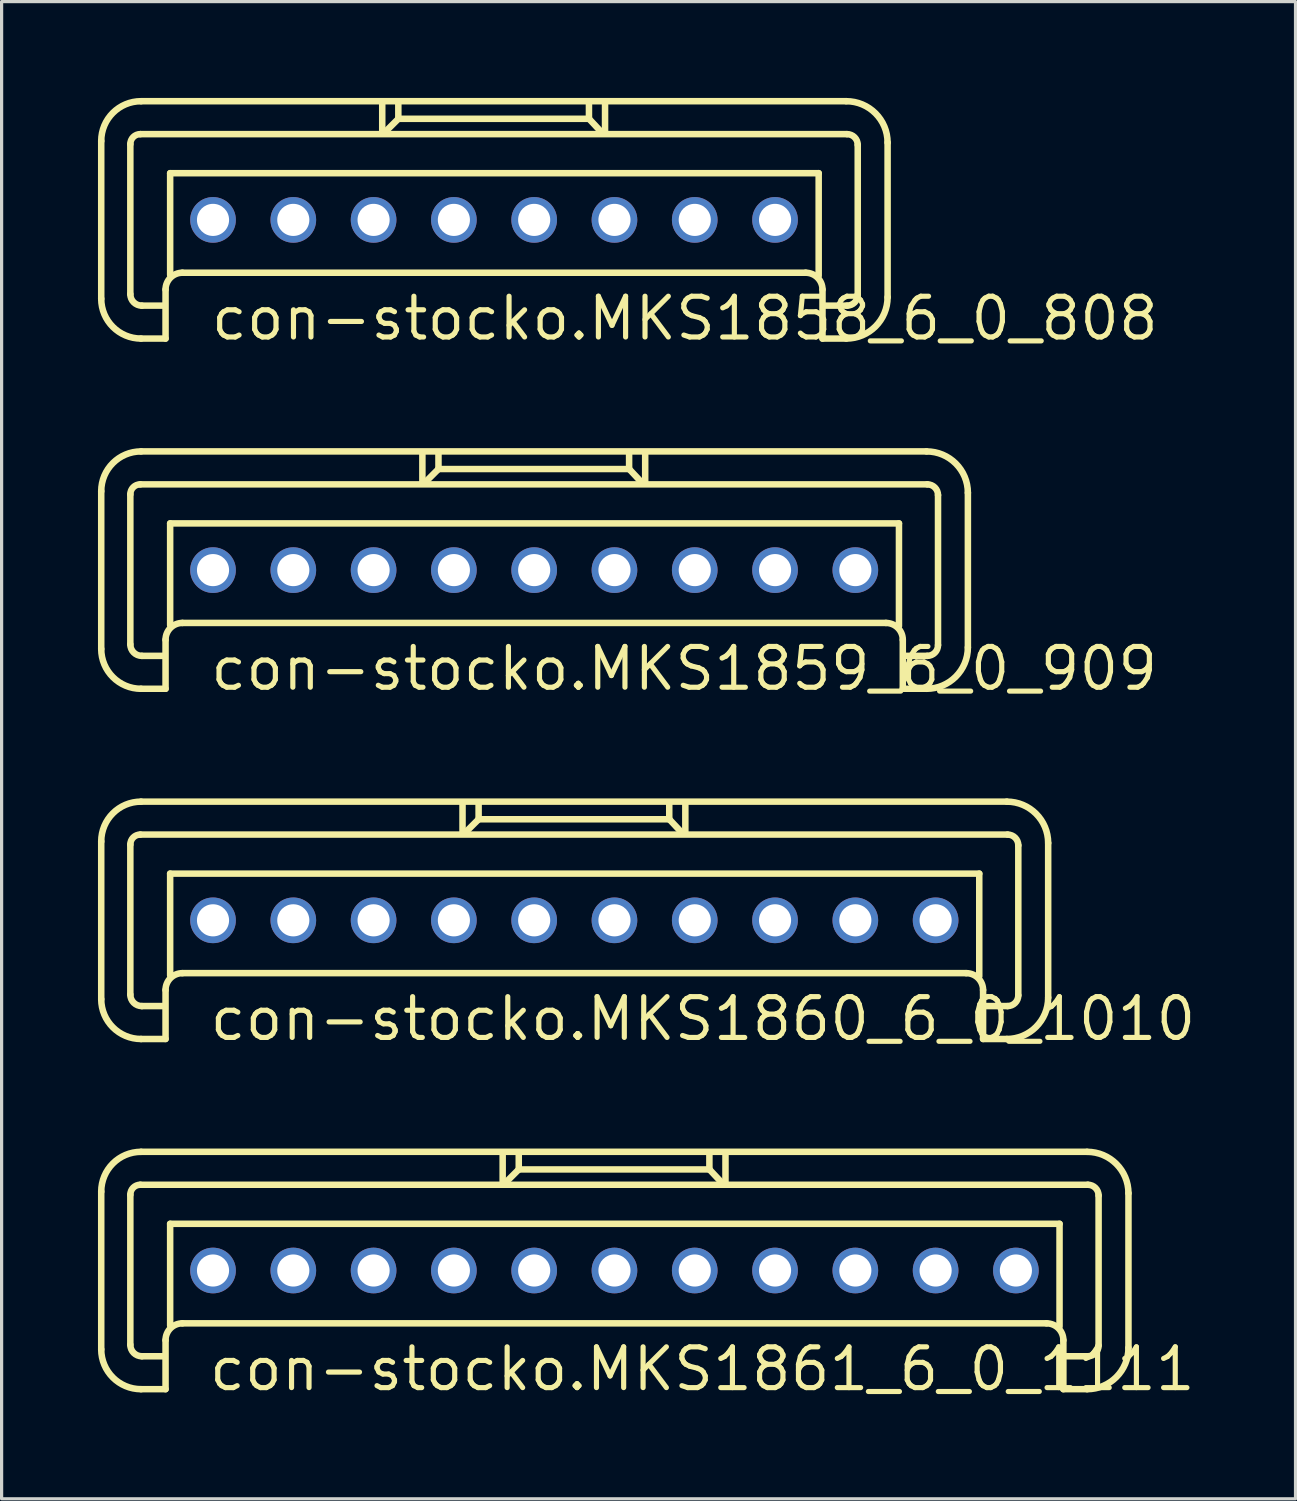
<source format=kicad_pcb>
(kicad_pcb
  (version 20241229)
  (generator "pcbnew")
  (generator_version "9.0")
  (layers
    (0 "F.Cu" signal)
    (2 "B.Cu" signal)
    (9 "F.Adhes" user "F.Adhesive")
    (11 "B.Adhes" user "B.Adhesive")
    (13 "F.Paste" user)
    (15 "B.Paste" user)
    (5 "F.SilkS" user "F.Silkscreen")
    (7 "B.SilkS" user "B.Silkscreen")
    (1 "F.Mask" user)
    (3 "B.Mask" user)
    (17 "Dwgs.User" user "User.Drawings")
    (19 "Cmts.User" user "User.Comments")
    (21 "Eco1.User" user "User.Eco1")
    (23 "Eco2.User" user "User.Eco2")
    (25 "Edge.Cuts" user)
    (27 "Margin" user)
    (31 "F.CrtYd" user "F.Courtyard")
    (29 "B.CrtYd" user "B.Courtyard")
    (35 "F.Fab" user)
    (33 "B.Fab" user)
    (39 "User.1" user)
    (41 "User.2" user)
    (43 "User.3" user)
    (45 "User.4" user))
  (footprint "con-stocko.MKS1861_6_0_1111"
    (layer "F.Cu")
    (at 16.083 36.511)
    (property "Reference" "con-stocko.MKS1861_6_0_1111" (at -12.7 3.81 0) (layer "F.SilkS") (effects (font (size 1.27 1.27) (thickness 0.16)) (justify left bottom)))
    (attr through_hole)
    (fp_line (start -15.981 2.456) (end -15.981 -2.456) (stroke (width 0.203) (type default)) (layer "F.SilkS"))
    (fp_line (start -15.075 2.313) (end -15.075 -2.361) (stroke (width 0.203) (type default)) (layer "F.SilkS"))
    (fp_line (start -14.765 -2.67) (end 14.741 -2.67) (stroke (width 0.203) (type default)) (layer "F.SilkS"))
    (fp_line (start -14.741 -3.696) (end 14.717 -3.696) (stroke (width 0.203) (type default)) (layer "F.SilkS"))
    (fp_line (start -14.002 2.67) (end -14.717 2.67) (stroke (width 0.203) (type default)) (layer "F.SilkS"))
    (fp_line (start -13.978 2.17) (end -13.978 3.695) (stroke (width 0.203) (type default)) (layer "F.SilkS"))
    (fp_line (start -13.978 3.695) (end -14.741 3.695) (stroke (width 0.203) (type default)) (layer "F.SilkS"))
    (fp_line (start -13.835 -1.454) (end 13.859 -1.454) (stroke (width 0.203) (type default)) (layer "F.SilkS"))
    (fp_line (start -13.835 1.716) (end -13.835 -1.454) (stroke (width 0.203) (type default)) (layer "F.SilkS"))
    (fp_line (start -3.481 -3.648) (end -3.481 -2.742) (stroke (width 0.203) (type default)) (layer "F.SilkS"))
    (fp_line (start -3.004 -3.123) (end -3.386 -2.742) (stroke (width 0.203) (type default)) (layer "F.SilkS"))
    (fp_line (start -2.98 -3.147) (end -2.98 -3.624) (stroke (width 0.203) (type default)) (layer "F.SilkS"))
    (fp_line (start 2.956 -3.672) (end 2.956 -3.147) (stroke (width 0.203) (type default)) (layer "F.SilkS"))
    (fp_line (start 2.956 -3.147) (end -2.98 -3.147) (stroke (width 0.203) (type default)) (layer "F.SilkS"))
    (fp_line (start 2.98 -3.123) (end 3.314 -2.766) (stroke (width 0.203) (type default)) (layer "F.SilkS"))
    (fp_line (start 3.457 -3.624) (end 3.457 -2.742) (stroke (width 0.203) (type default)) (layer "F.SilkS"))
    (fp_line (start 13.454 1.645) (end -13.454 1.645) (stroke (width 0.203) (type default)) (layer "F.SilkS"))
    (fp_line (start 13.859 -1.454) (end 13.859 1.74) (stroke (width 0.203) (type default)) (layer "F.SilkS"))
    (fp_line (start 13.978 3.695) (end 13.978 2.17) (stroke (width 0.203) (type default)) (layer "F.SilkS"))
    (fp_line (start 14.717 3.695) (end 13.978 3.695) (stroke (width 0.203) (type default)) (layer "F.SilkS"))
    (fp_line (start 14.741 2.67) (end 14.073 2.67) (stroke (width 0.203) (type default)) (layer "F.SilkS"))
    (fp_line (start 15.075 -2.337) (end 15.075 2.336) (stroke (width 0.203) (type default)) (layer "F.SilkS"))
    (fp_line (start 16.005 -2.408) (end 16.005 2.408) (stroke (width 0.203) (type default)) (layer "F.SilkS"))
    (fp_arc (start -15.981 -2.4558) (mid -15.617871 -3.332471) (end -14.7412 -3.6956) (stroke (width 0.2032) (type default)) (layer "F.SilkS"))
    (fp_arc (start -15.075 -2.3605) (mid -14.984232 -2.579632) (end -14.7651 -2.6704) (stroke (width 0.2032) (type default)) (layer "F.SilkS"))
    (fp_arc (start -14.7412 3.6954) (mid -15.617871 3.332271) (end -15.981 2.4556) (stroke (width 0.2032) (type default)) (layer "F.SilkS"))
    (fp_arc (start -14.7174 2.6702) (mid -14.970261 2.565461) (end -15.075 2.3126) (stroke (width 0.2032) (type default)) (layer "F.SilkS"))
    (fp_arc (start -13.9783 2.1695) (mid -13.824678 1.798622) (end -13.4538 1.645) (stroke (width 0.2032) (type default)) (layer "F.SilkS"))
    (fp_arc (start 13.4536 1.645) (mid 13.824478 1.798622) (end 13.9781 2.1695) (stroke (width 0.2032) (type default)) (layer "F.SilkS"))
    (fp_arc (start 14.7172 -3.6956) (mid 15.6276 -3.3185) (end 16.0047 -2.4081) (stroke (width 0.2032) (type default)) (layer "F.SilkS"))
    (fp_arc (start 14.7411 -2.6704) (mid 14.977132 -2.572632) (end 15.0749 -2.3366) (stroke (width 0.2032) (type default)) (layer "F.SilkS"))
    (fp_arc (start 15.0749 2.3364) (mid 14.977132 2.572432) (end 14.7411 2.6702) (stroke (width 0.2032) (type default)) (layer "F.SilkS"))
    (fp_arc (start 16.0047 2.4079) (mid 15.6276 3.3183) (end 14.7172 3.6954) (stroke (width 0.2032) (type default)) (layer "F.SilkS"))
    (pad "1" thru_hole circle (at -12.5 0) (size 1.422 1.422) (drill 1) (layers "*.Cu" "*.Mask"))
    (pad "2" thru_hole circle (at -10 0) (size 1.422 1.422) (drill 1) (layers "*.Cu" "*.Mask"))
    (pad "3" thru_hole circle (at -7.5 0) (size 1.422 1.422) (drill 1) (layers "*.Cu" "*.Mask"))
    (pad "4" thru_hole circle (at -5 0) (size 1.422 1.422) (drill 1) (layers "*.Cu" "*.Mask"))
    (pad "5" thru_hole circle (at -2.5 0) (size 1.422 1.422) (drill 1) (layers "*.Cu" "*.Mask"))
    (pad "6" thru_hole circle (at 0 0) (size 1.422 1.422) (drill 1) (layers "*.Cu" "*.Mask"))
    (pad "7" thru_hole circle (at 2.5 0) (size 1.422 1.422) (drill 1) (layers "*.Cu" "*.Mask"))
    (pad "8" thru_hole circle (at 5 0) (size 1.422 1.422) (drill 1) (layers "*.Cu" "*.Mask"))
    (pad "9" thru_hole circle (at 7.5 0) (size 1.422 1.422) (drill 1) (layers "*.Cu" "*.Mask"))
    (pad "10" thru_hole circle (at 10 0) (size 1.422 1.422) (drill 1) (layers "*.Cu" "*.Mask"))
    (pad "11" thru_hole circle (at 12.5 0) (size 1.422 1.422) (drill 1) (layers "*.Cu" "*.Mask")))
  (footprint "con-stocko.MKS1859_6_0_909"
    (layer "F.Cu")
    (at 13.583 14.702)
    (property "Reference" "con-stocko.MKS1859_6_0_909" (at -10.16 3.81 0) (layer "F.SilkS") (effects (font (size 1.27 1.27) (thickness 0.16)) (justify left bottom)))
    (attr through_hole)
    (fp_line (start -13.481 2.456) (end -13.481 -2.456) (stroke (width 0.203) (type default)) (layer "F.SilkS"))
    (fp_line (start -12.575 2.313) (end -12.575 -2.361) (stroke (width 0.203) (type default)) (layer "F.SilkS"))
    (fp_line (start -12.265 -2.67) (end 12.241 -2.67) (stroke (width 0.203) (type default)) (layer "F.SilkS"))
    (fp_line (start -12.241 -3.696) (end 12.217 -3.696) (stroke (width 0.203) (type default)) (layer "F.SilkS"))
    (fp_line (start -11.502 2.67) (end -12.217 2.67) (stroke (width 0.203) (type default)) (layer "F.SilkS"))
    (fp_line (start -11.478 2.17) (end -11.478 3.695) (stroke (width 0.203) (type default)) (layer "F.SilkS"))
    (fp_line (start -11.478 3.695) (end -12.241 3.695) (stroke (width 0.203) (type default)) (layer "F.SilkS"))
    (fp_line (start -11.335 -1.454) (end 11.359 -1.454) (stroke (width 0.203) (type default)) (layer "F.SilkS"))
    (fp_line (start -11.335 1.716) (end -11.335 -1.454) (stroke (width 0.203) (type default)) (layer "F.SilkS"))
    (fp_line (start -3.481 -3.648) (end -3.481 -2.742) (stroke (width 0.203) (type default)) (layer "F.SilkS"))
    (fp_line (start -3.004 -3.123) (end -3.386 -2.742) (stroke (width 0.203) (type default)) (layer "F.SilkS"))
    (fp_line (start -2.98 -3.147) (end -2.98 -3.624) (stroke (width 0.203) (type default)) (layer "F.SilkS"))
    (fp_line (start 2.956 -3.672) (end 2.956 -3.147) (stroke (width 0.203) (type default)) (layer "F.SilkS"))
    (fp_line (start 2.956 -3.147) (end -2.98 -3.147) (stroke (width 0.203) (type default)) (layer "F.SilkS"))
    (fp_line (start 2.98 -3.123) (end 3.314 -2.766) (stroke (width 0.203) (type default)) (layer "F.SilkS"))
    (fp_line (start 3.457 -3.624) (end 3.457 -2.742) (stroke (width 0.203) (type default)) (layer "F.SilkS"))
    (fp_line (start 10.954 1.645) (end -10.954 1.645) (stroke (width 0.203) (type default)) (layer "F.SilkS"))
    (fp_line (start 11.359 -1.454) (end 11.359 1.74) (stroke (width 0.203) (type default)) (layer "F.SilkS"))
    (fp_line (start 11.478 3.695) (end 11.478 2.17) (stroke (width 0.203) (type default)) (layer "F.SilkS"))
    (fp_line (start 12.217 3.695) (end 11.478 3.695) (stroke (width 0.203) (type default)) (layer "F.SilkS"))
    (fp_line (start 12.241 2.67) (end 11.573 2.67) (stroke (width 0.203) (type default)) (layer "F.SilkS"))
    (fp_line (start 12.575 -2.337) (end 12.575 2.336) (stroke (width 0.203) (type default)) (layer "F.SilkS"))
    (fp_line (start 13.505 -2.408) (end 13.505 2.408) (stroke (width 0.203) (type default)) (layer "F.SilkS"))
    (fp_arc (start -13.481 -2.4558) (mid -13.117871 -3.332471) (end -12.2412 -3.6956) (stroke (width 0.2032) (type default)) (layer "F.SilkS"))
    (fp_arc (start -12.575 -2.3605) (mid -12.484232 -2.579632) (end -12.2651 -2.6704) (stroke (width 0.2032) (type default)) (layer "F.SilkS"))
    (fp_arc (start -12.2412 3.6954) (mid -13.117871 3.332271) (end -13.481 2.4556) (stroke (width 0.2032) (type default)) (layer "F.SilkS"))
    (fp_arc (start -12.2174 2.6702) (mid -12.470261 2.565461) (end -12.575 2.3126) (stroke (width 0.2032) (type default)) (layer "F.SilkS"))
    (fp_arc (start -11.4783 2.1695) (mid -11.324678 1.798622) (end -10.9538 1.645) (stroke (width 0.2032) (type default)) (layer "F.SilkS"))
    (fp_arc (start 10.9536 1.645) (mid 11.324478 1.798622) (end 11.4781 2.1695) (stroke (width 0.2032) (type default)) (layer "F.SilkS"))
    (fp_arc (start 12.2172 -3.6956) (mid 13.1276 -3.3185) (end 13.5047 -2.4081) (stroke (width 0.2032) (type default)) (layer "F.SilkS"))
    (fp_arc (start 12.2411 -2.6704) (mid 12.477132 -2.572632) (end 12.5749 -2.3366) (stroke (width 0.2032) (type default)) (layer "F.SilkS"))
    (fp_arc (start 12.5749 2.3364) (mid 12.477132 2.572432) (end 12.2411 2.6702) (stroke (width 0.2032) (type default)) (layer "F.SilkS"))
    (fp_arc (start 13.5047 2.4079) (mid 13.1276 3.3183) (end 12.2172 3.6954) (stroke (width 0.2032) (type default)) (layer "F.SilkS"))
    (pad "1" thru_hole circle (at -10 0) (size 1.422 1.422) (drill 1) (layers "*.Cu" "*.Mask"))
    (pad "2" thru_hole circle (at -7.5 0) (size 1.422 1.422) (drill 1) (layers "*.Cu" "*.Mask"))
    (pad "3" thru_hole circle (at -5 0) (size 1.422 1.422) (drill 1) (layers "*.Cu" "*.Mask"))
    (pad "4" thru_hole circle (at -2.5 0) (size 1.422 1.422) (drill 1) (layers "*.Cu" "*.Mask"))
    (pad "5" thru_hole circle (at 0 0) (size 1.422 1.422) (drill 1) (layers "*.Cu" "*.Mask"))
    (pad "6" thru_hole circle (at 2.5 0) (size 1.422 1.422) (drill 1) (layers "*.Cu" "*.Mask"))
    (pad "7" thru_hole circle (at 5 0) (size 1.422 1.422) (drill 1) (layers "*.Cu" "*.Mask"))
    (pad "8" thru_hole circle (at 7.5 0) (size 1.422 1.422) (drill 1) (layers "*.Cu" "*.Mask"))
    (pad "9" thru_hole circle (at 10 0) (size 1.422 1.422) (drill 1) (layers "*.Cu" "*.Mask")))
  (footprint "con-stocko.MKS1860_6_0_1010"
    (layer "F.Cu")
    (at 14.833 25.607)
    (property "Reference" "con-stocko.MKS1860_6_0_1010" (at -11.43 3.81 0) (layer "F.SilkS") (effects (font (size 1.27 1.27) (thickness 0.16)) (justify left bottom)))
    (attr through_hole)
    (fp_line (start -14.731 2.456) (end -14.731 -2.456) (stroke (width 0.203) (type default)) (layer "F.SilkS"))
    (fp_line (start -13.825 2.313) (end -13.825 -2.361) (stroke (width 0.203) (type default)) (layer "F.SilkS"))
    (fp_line (start -13.515 -2.67) (end 13.491 -2.67) (stroke (width 0.203) (type default)) (layer "F.SilkS"))
    (fp_line (start -13.491 -3.696) (end 13.467 -3.696) (stroke (width 0.203) (type default)) (layer "F.SilkS"))
    (fp_line (start -12.752 2.67) (end -13.467 2.67) (stroke (width 0.203) (type default)) (layer "F.SilkS"))
    (fp_line (start -12.728 2.17) (end -12.728 3.695) (stroke (width 0.203) (type default)) (layer "F.SilkS"))
    (fp_line (start -12.728 3.695) (end -13.491 3.695) (stroke (width 0.203) (type default)) (layer "F.SilkS"))
    (fp_line (start -12.585 -1.454) (end 12.609 -1.454) (stroke (width 0.203) (type default)) (layer "F.SilkS"))
    (fp_line (start -12.585 1.716) (end -12.585 -1.454) (stroke (width 0.203) (type default)) (layer "F.SilkS"))
    (fp_line (start -3.481 -3.648) (end -3.481 -2.742) (stroke (width 0.203) (type default)) (layer "F.SilkS"))
    (fp_line (start -3.004 -3.123) (end -3.386 -2.742) (stroke (width 0.203) (type default)) (layer "F.SilkS"))
    (fp_line (start -2.98 -3.147) (end -2.98 -3.624) (stroke (width 0.203) (type default)) (layer "F.SilkS"))
    (fp_line (start 2.956 -3.672) (end 2.956 -3.147) (stroke (width 0.203) (type default)) (layer "F.SilkS"))
    (fp_line (start 2.956 -3.147) (end -2.98 -3.147) (stroke (width 0.203) (type default)) (layer "F.SilkS"))
    (fp_line (start 2.98 -3.123) (end 3.314 -2.766) (stroke (width 0.203) (type default)) (layer "F.SilkS"))
    (fp_line (start 3.457 -3.624) (end 3.457 -2.742) (stroke (width 0.203) (type default)) (layer "F.SilkS"))
    (fp_line (start 12.204 1.645) (end -12.204 1.645) (stroke (width 0.203) (type default)) (layer "F.SilkS"))
    (fp_line (start 12.609 -1.454) (end 12.609 1.74) (stroke (width 0.203) (type default)) (layer "F.SilkS"))
    (fp_line (start 12.728 3.695) (end 12.728 2.17) (stroke (width 0.203) (type default)) (layer "F.SilkS"))
    (fp_line (start 13.467 3.695) (end 12.728 3.695) (stroke (width 0.203) (type default)) (layer "F.SilkS"))
    (fp_line (start 13.491 2.67) (end 12.823 2.67) (stroke (width 0.203) (type default)) (layer "F.SilkS"))
    (fp_line (start 13.825 -2.337) (end 13.825 2.336) (stroke (width 0.203) (type default)) (layer "F.SilkS"))
    (fp_line (start 14.755 -2.408) (end 14.755 2.408) (stroke (width 0.203) (type default)) (layer "F.SilkS"))
    (fp_arc (start -14.731 -2.4558) (mid -14.367871 -3.332471) (end -13.4912 -3.6956) (stroke (width 0.2032) (type default)) (layer "F.SilkS"))
    (fp_arc (start -13.825 -2.3605) (mid -13.734232 -2.579632) (end -13.5151 -2.6704) (stroke (width 0.2032) (type default)) (layer "F.SilkS"))
    (fp_arc (start -13.4912 3.6954) (mid -14.367871 3.332271) (end -14.731 2.4556) (stroke (width 0.2032) (type default)) (layer "F.SilkS"))
    (fp_arc (start -13.4674 2.6702) (mid -13.720261 2.565461) (end -13.825 2.3126) (stroke (width 0.2032) (type default)) (layer "F.SilkS"))
    (fp_arc (start -12.7283 2.1695) (mid -12.574678 1.798622) (end -12.2038 1.645) (stroke (width 0.2032) (type default)) (layer "F.SilkS"))
    (fp_arc (start 12.2036 1.645) (mid 12.574478 1.798622) (end 12.7281 2.1695) (stroke (width 0.2032) (type default)) (layer "F.SilkS"))
    (fp_arc (start 13.4672 -3.6956) (mid 14.3776 -3.3185) (end 14.7547 -2.4081) (stroke (width 0.2032) (type default)) (layer "F.SilkS"))
    (fp_arc (start 13.4911 -2.6704) (mid 13.727132 -2.572632) (end 13.8249 -2.3366) (stroke (width 0.2032) (type default)) (layer "F.SilkS"))
    (fp_arc (start 13.8249 2.3364) (mid 13.727132 2.572432) (end 13.4911 2.6702) (stroke (width 0.2032) (type default)) (layer "F.SilkS"))
    (fp_arc (start 14.7547 2.4079) (mid 14.3776 3.3183) (end 13.4672 3.6954) (stroke (width 0.2032) (type default)) (layer "F.SilkS"))
    (pad "1" thru_hole circle (at -11.25 0) (size 1.422 1.422) (drill 1) (layers "*.Cu" "*.Mask"))
    (pad "2" thru_hole circle (at -8.75 0) (size 1.422 1.422) (drill 1) (layers "*.Cu" "*.Mask"))
    (pad "3" thru_hole circle (at -6.25 0) (size 1.422 1.422) (drill 1) (layers "*.Cu" "*.Mask"))
    (pad "4" thru_hole circle (at -3.75 0) (size 1.422 1.422) (drill 1) (layers "*.Cu" "*.Mask"))
    (pad "5" thru_hole circle (at -1.25 0) (size 1.422 1.422) (drill 1) (layers "*.Cu" "*.Mask"))
    (pad "6" thru_hole circle (at 1.25 0) (size 1.422 1.422) (drill 1) (layers "*.Cu" "*.Mask"))
    (pad "7" thru_hole circle (at 3.75 0) (size 1.422 1.422) (drill 1) (layers "*.Cu" "*.Mask"))
    (pad "8" thru_hole circle (at 6.25 0) (size 1.422 1.422) (drill 1) (layers "*.Cu" "*.Mask"))
    (pad "9" thru_hole circle (at 8.75 0) (size 1.422 1.422) (drill 1) (layers "*.Cu" "*.Mask"))
    (pad "10" thru_hole circle (at 11.25 0) (size 1.422 1.422) (drill 1) (layers "*.Cu" "*.Mask")))
  (footprint "con-stocko.MKS1858_6_0_808"
    (layer "F.Cu")
    (at 12.333 3.797)
    (property "Reference" "con-stocko.MKS1858_6_0_808" (at -8.89 3.81 0) (layer "F.SilkS") (effects (font (size 1.27 1.27) (thickness 0.16)) (justify left bottom)))
    (attr through_hole)
    (fp_line (start -12.231 2.456) (end -12.231 -2.456) (stroke (width 0.203) (type default)) (layer "F.SilkS"))
    (fp_line (start -11.325 2.313) (end -11.325 -2.361) (stroke (width 0.203) (type default)) (layer "F.SilkS"))
    (fp_line (start -11.015 -2.67) (end 10.991 -2.67) (stroke (width 0.203) (type default)) (layer "F.SilkS"))
    (fp_line (start -10.991 -3.696) (end 10.967 -3.696) (stroke (width 0.203) (type default)) (layer "F.SilkS"))
    (fp_line (start -10.252 2.67) (end -10.967 2.67) (stroke (width 0.203) (type default)) (layer "F.SilkS"))
    (fp_line (start -10.228 2.17) (end -10.228 3.695) (stroke (width 0.203) (type default)) (layer "F.SilkS"))
    (fp_line (start -10.228 3.695) (end -10.991 3.695) (stroke (width 0.203) (type default)) (layer "F.SilkS"))
    (fp_line (start -10.085 -1.454) (end 10.109 -1.454) (stroke (width 0.203) (type default)) (layer "F.SilkS"))
    (fp_line (start -10.085 1.716) (end -10.085 -1.454) (stroke (width 0.203) (type default)) (layer "F.SilkS"))
    (fp_line (start -3.481 -3.648) (end -3.481 -2.742) (stroke (width 0.203) (type default)) (layer "F.SilkS"))
    (fp_line (start -3.004 -3.123) (end -3.386 -2.742) (stroke (width 0.203) (type default)) (layer "F.SilkS"))
    (fp_line (start -2.98 -3.147) (end -2.98 -3.624) (stroke (width 0.203) (type default)) (layer "F.SilkS"))
    (fp_line (start 2.956 -3.672) (end 2.956 -3.147) (stroke (width 0.203) (type default)) (layer "F.SilkS"))
    (fp_line (start 2.956 -3.147) (end -2.98 -3.147) (stroke (width 0.203) (type default)) (layer "F.SilkS"))
    (fp_line (start 2.98 -3.123) (end 3.314 -2.766) (stroke (width 0.203) (type default)) (layer "F.SilkS"))
    (fp_line (start 3.457 -3.624) (end 3.457 -2.742) (stroke (width 0.203) (type default)) (layer "F.SilkS"))
    (fp_line (start 9.704 1.645) (end -9.704 1.645) (stroke (width 0.203) (type default)) (layer "F.SilkS"))
    (fp_line (start 10.109 -1.454) (end 10.109 1.74) (stroke (width 0.203) (type default)) (layer "F.SilkS"))
    (fp_line (start 10.228 3.695) (end 10.228 2.17) (stroke (width 0.203) (type default)) (layer "F.SilkS"))
    (fp_line (start 10.967 3.695) (end 10.228 3.695) (stroke (width 0.203) (type default)) (layer "F.SilkS"))
    (fp_line (start 10.991 2.67) (end 10.323 2.67) (stroke (width 0.203) (type default)) (layer "F.SilkS"))
    (fp_line (start 11.325 -2.337) (end 11.325 2.336) (stroke (width 0.203) (type default)) (layer "F.SilkS"))
    (fp_line (start 12.255 -2.408) (end 12.255 2.408) (stroke (width 0.203) (type default)) (layer "F.SilkS"))
    (fp_arc (start -12.231 -2.4558) (mid -11.867871 -3.332471) (end -10.9912 -3.6956) (stroke (width 0.2032) (type default)) (layer "F.SilkS"))
    (fp_arc (start -11.325 -2.3605) (mid -11.234232 -2.579632) (end -11.0151 -2.6704) (stroke (width 0.2032) (type default)) (layer "F.SilkS"))
    (fp_arc (start -10.9912 3.6954) (mid -11.867871 3.332271) (end -12.231 2.4556) (stroke (width 0.2032) (type default)) (layer "F.SilkS"))
    (fp_arc (start -10.9674 2.6702) (mid -11.220261 2.565461) (end -11.325 2.3126) (stroke (width 0.2032) (type default)) (layer "F.SilkS"))
    (fp_arc (start -10.2283 2.1695) (mid -10.074678 1.798622) (end -9.7038 1.645) (stroke (width 0.2032) (type default)) (layer "F.SilkS"))
    (fp_arc (start 9.7036 1.645) (mid 10.074478 1.798622) (end 10.2281 2.1695) (stroke (width 0.2032) (type default)) (layer "F.SilkS"))
    (fp_arc (start 10.9672 -3.6956) (mid 11.8776 -3.3185) (end 12.2547 -2.4081) (stroke (width 0.2032) (type default)) (layer "F.SilkS"))
    (fp_arc (start 10.9911 -2.6704) (mid 11.227132 -2.572632) (end 11.3249 -2.3366) (stroke (width 0.2032) (type default)) (layer "F.SilkS"))
    (fp_arc (start 11.3249 2.3364) (mid 11.227132 2.572432) (end 10.9911 2.6702) (stroke (width 0.2032) (type default)) (layer "F.SilkS"))
    (fp_arc (start 12.2547 2.4079) (mid 11.8776 3.3183) (end 10.9672 3.6954) (stroke (width 0.2032) (type default)) (layer "F.SilkS"))
    (pad "1" thru_hole circle (at -8.75 0) (size 1.422 1.422) (drill 1) (layers "*.Cu" "*.Mask"))
    (pad "2" thru_hole circle (at -6.25 0) (size 1.422 1.422) (drill 1) (layers "*.Cu" "*.Mask"))
    (pad "3" thru_hole circle (at -3.75 0) (size 1.422 1.422) (drill 1) (layers "*.Cu" "*.Mask"))
    (pad "4" thru_hole circle (at -1.25 0) (size 1.422 1.422) (drill 1) (layers "*.Cu" "*.Mask"))
    (pad "5" thru_hole circle (at 1.25 0) (size 1.422 1.422) (drill 1) (layers "*.Cu" "*.Mask"))
    (pad "6" thru_hole circle (at 3.75 0) (size 1.422 1.422) (drill 1) (layers "*.Cu" "*.Mask"))
    (pad "7" thru_hole circle (at 6.25 0) (size 1.422 1.422) (drill 1) (layers "*.Cu" "*.Mask"))
    (pad "8" thru_hole circle (at 8.75 0) (size 1.422 1.422) (drill 1) (layers "*.Cu" "*.Mask")))
  (gr_rect
    (start -3 -3)
    (end 37.29 43.619)
    (stroke (width 0.1) (type default))
    (fill no)
    (layer "Edge.Cuts")))
</source>
